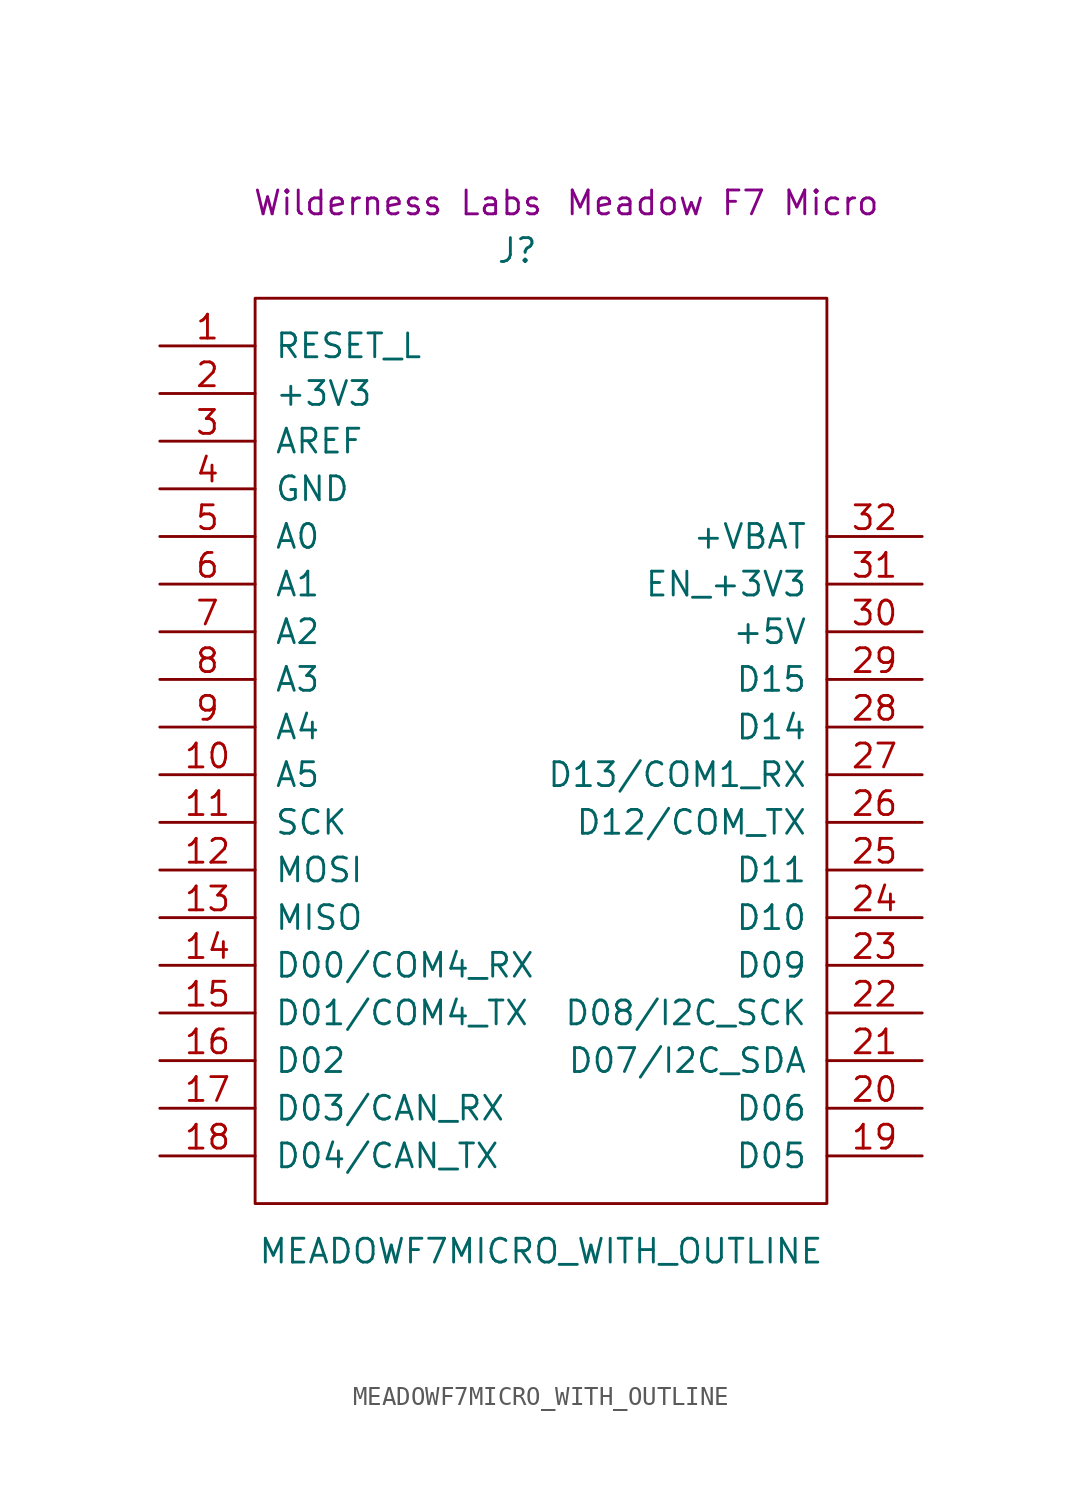
<source format=kicad_sym>
(kicad_symbol_lib
  (version 20211014)
  (generator kicad_symbol_editor)
  (symbol "MEADOWF7MICRO_WITH_OUTLINE"
    (pin_names
      (offset 1.016))
    (property "Reference" "J"
      (at 19.05 10.16 0)
      (effects (font (size 1.27 1.27))))
    (property "Value" "MEADOWF7MICRO_WITH_OUTLINE"
      (at 20.32 -43.18 0)
      (effects (font (size 1.27 1.27))))
    (property "MF" "Wilderness Labs"
      (at 12.7 12.7 0)
      (effects (font (size 1.27 1.27))))
    (property "PN" "Meadow F7 Micro "
      (at 30.48 12.7 0)
      (effects (font (size 1.27 1.27))))
    (symbol "MEADOWF7MICRO_WITH_OUTLINE_0_1"
      (rectangle (start 5.08 7.62) (end 35.56 -40.64) (stroke (width 0) (type default) (color 0 0 0 0)) (fill (type none))))
    (symbol "MEADOWF7MICRO_WITH_OUTLINE_1_1"
      (pin input line (at 0 5.08 0) (length 5.08) (name "RESET_L" (effects (font (size 1.27 1.27)))) (number "1" (effects (font (size 1.27 1.27)))))
      (pin bidirectional line (at 0 -17.78 0) (length 5.08) (name "A5" (effects (font (size 1.27 1.27)))) (number "10" (effects (font (size 1.27 1.27)))))
      (pin bidirectional line (at 0 -20.32 0) (length 5.08) (name "SCK" (effects (font (size 1.27 1.27)))) (number "11" (effects (font (size 1.27 1.27)))))
      (pin bidirectional line (at 0 -22.86 0) (length 5.08) (name "MOSI" (effects (font (size 1.27 1.27)))) (number "12" (effects (font (size 1.27 1.27)))))
      (pin bidirectional line (at 0 -25.4 0) (length 5.08) (name "MISO" (effects (font (size 1.27 1.27)))) (number "13" (effects (font (size 1.27 1.27)))))
      (pin bidirectional line (at 0 -27.94 0) (length 5.08) (name "D00/COM4_RX" (effects (font (size 1.27 1.27)))) (number "14" (effects (font (size 1.27 1.27)))))
      (pin bidirectional line (at 0 -30.48 0) (length 5.08) (name "D01/COM4_TX" (effects (font (size 1.27 1.27)))) (number "15" (effects (font (size 1.27 1.27)))))
      (pin bidirectional line (at 0 -33.02 0) (length 5.08) (name "D02" (effects (font (size 1.27 1.27)))) (number "16" (effects (font (size 1.27 1.27)))))
      (pin bidirectional line (at 0 -35.56 0) (length 5.08) (name "D03/CAN_RX" (effects (font (size 1.27 1.27)))) (number "17" (effects (font (size 1.27 1.27)))))
      (pin bidirectional line (at 0 -38.1 0) (length 5.08) (name "D04/CAN_TX" (effects (font (size 1.27 1.27)))) (number "18" (effects (font (size 1.27 1.27)))))
      (pin bidirectional line (at 40.64 -38.1 180) (length 5.08) (name "D05" (effects (font (size 1.27 1.27)))) (number "19" (effects (font (size 1.27 1.27)))))
      (pin power_out line (at 0 2.54 0) (length 5.08) (name "+3V3" (effects (font (size 1.27 1.27)))) (number "2" (effects (font (size 1.27 1.27)))))
      (pin bidirectional line (at 40.64 -35.56 180) (length 5.08) (name "D06" (effects (font (size 1.27 1.27)))) (number "20" (effects (font (size 1.27 1.27)))))
      (pin bidirectional line (at 40.64 -33.02 180) (length 5.08) (name "D07/I2C_SDA" (effects (font (size 1.27 1.27)))) (number "21" (effects (font (size 1.27 1.27)))))
      (pin bidirectional line (at 40.64 -30.48 180) (length 5.08) (name "D08/I2C_SCK" (effects (font (size 1.27 1.27)))) (number "22" (effects (font (size 1.27 1.27)))))
      (pin bidirectional line (at 40.64 -27.94 180) (length 5.08) (name "D09" (effects (font (size 1.27 1.27)))) (number "23" (effects (font (size 1.27 1.27)))))
      (pin bidirectional line (at 40.64 -25.4 180) (length 5.08) (name "D10" (effects (font (size 1.27 1.27)))) (number "24" (effects (font (size 1.27 1.27)))))
      (pin bidirectional line (at 40.64 -22.86 180) (length 5.08) (name "D11" (effects (font (size 1.27 1.27)))) (number "25" (effects (font (size 1.27 1.27)))))
      (pin bidirectional line (at 40.64 -20.32 180) (length 5.08) (name "D12/COM_TX" (effects (font (size 1.27 1.27)))) (number "26" (effects (font (size 1.27 1.27)))))
      (pin bidirectional line (at 40.64 -17.78 180) (length 5.08) (name "D13/COM1_RX" (effects (font (size 1.27 1.27)))) (number "27" (effects (font (size 1.27 1.27)))))
      (pin bidirectional line (at 40.64 -15.24 180) (length 5.08) (name "D14" (effects (font (size 1.27 1.27)))) (number "28" (effects (font (size 1.27 1.27)))))
      (pin bidirectional line (at 40.64 -12.7 180) (length 5.08) (name "D15" (effects (font (size 1.27 1.27)))) (number "29" (effects (font (size 1.27 1.27)))))
      (pin power_in line (at 0 0 0) (length 5.08) (name "AREF" (effects (font (size 1.27 1.27)))) (number "3" (effects (font (size 1.27 1.27)))))
      (pin power_in line (at 40.64 -10.16 180) (length 5.08) (name "+5V" (effects (font (size 1.27 1.27)))) (number "30" (effects (font (size 1.27 1.27)))))
      (pin input line (at 40.64 -7.62 180) (length 5.08) (name "EN_+3V3" (effects (font (size 1.27 1.27)))) (number "31" (effects (font (size 1.27 1.27)))))
      (pin power_in line (at 40.64 -5.08 180) (length 5.08) (name "+VBAT" (effects (font (size 1.27 1.27)))) (number "32" (effects (font (size 1.27 1.27)))))
      (pin power_in line (at 0 -2.54 0) (length 5.08) (name "GND" (effects (font (size 1.27 1.27)))) (number "4" (effects (font (size 1.27 1.27)))))
      (pin bidirectional line (at 0 -5.08 0) (length 5.08) (name "A0" (effects (font (size 1.27 1.27)))) (number "5" (effects (font (size 1.27 1.27)))))
      (pin bidirectional line (at 0 -7.62 0) (length 5.08) (name "A1" (effects (font (size 1.27 1.27)))) (number "6" (effects (font (size 1.27 1.27)))))
      (pin input line (at 0 -10.16 0) (length 5.08) (name "A2" (effects (font (size 1.27 1.27)))) (number "7" (effects (font (size 1.27 1.27)))))
      (pin bidirectional line (at 0 -12.7 0) (length 5.08) (name "A3" (effects (font (size 1.27 1.27)))) (number "8" (effects (font (size 1.27 1.27)))))
      (pin bidirectional line (at 0 -15.24 0) (length 5.08) (name "A4" (effects (font (size 1.27 1.27)))) (number "9" (effects (font (size 1.27 1.27))))))))
</source>
